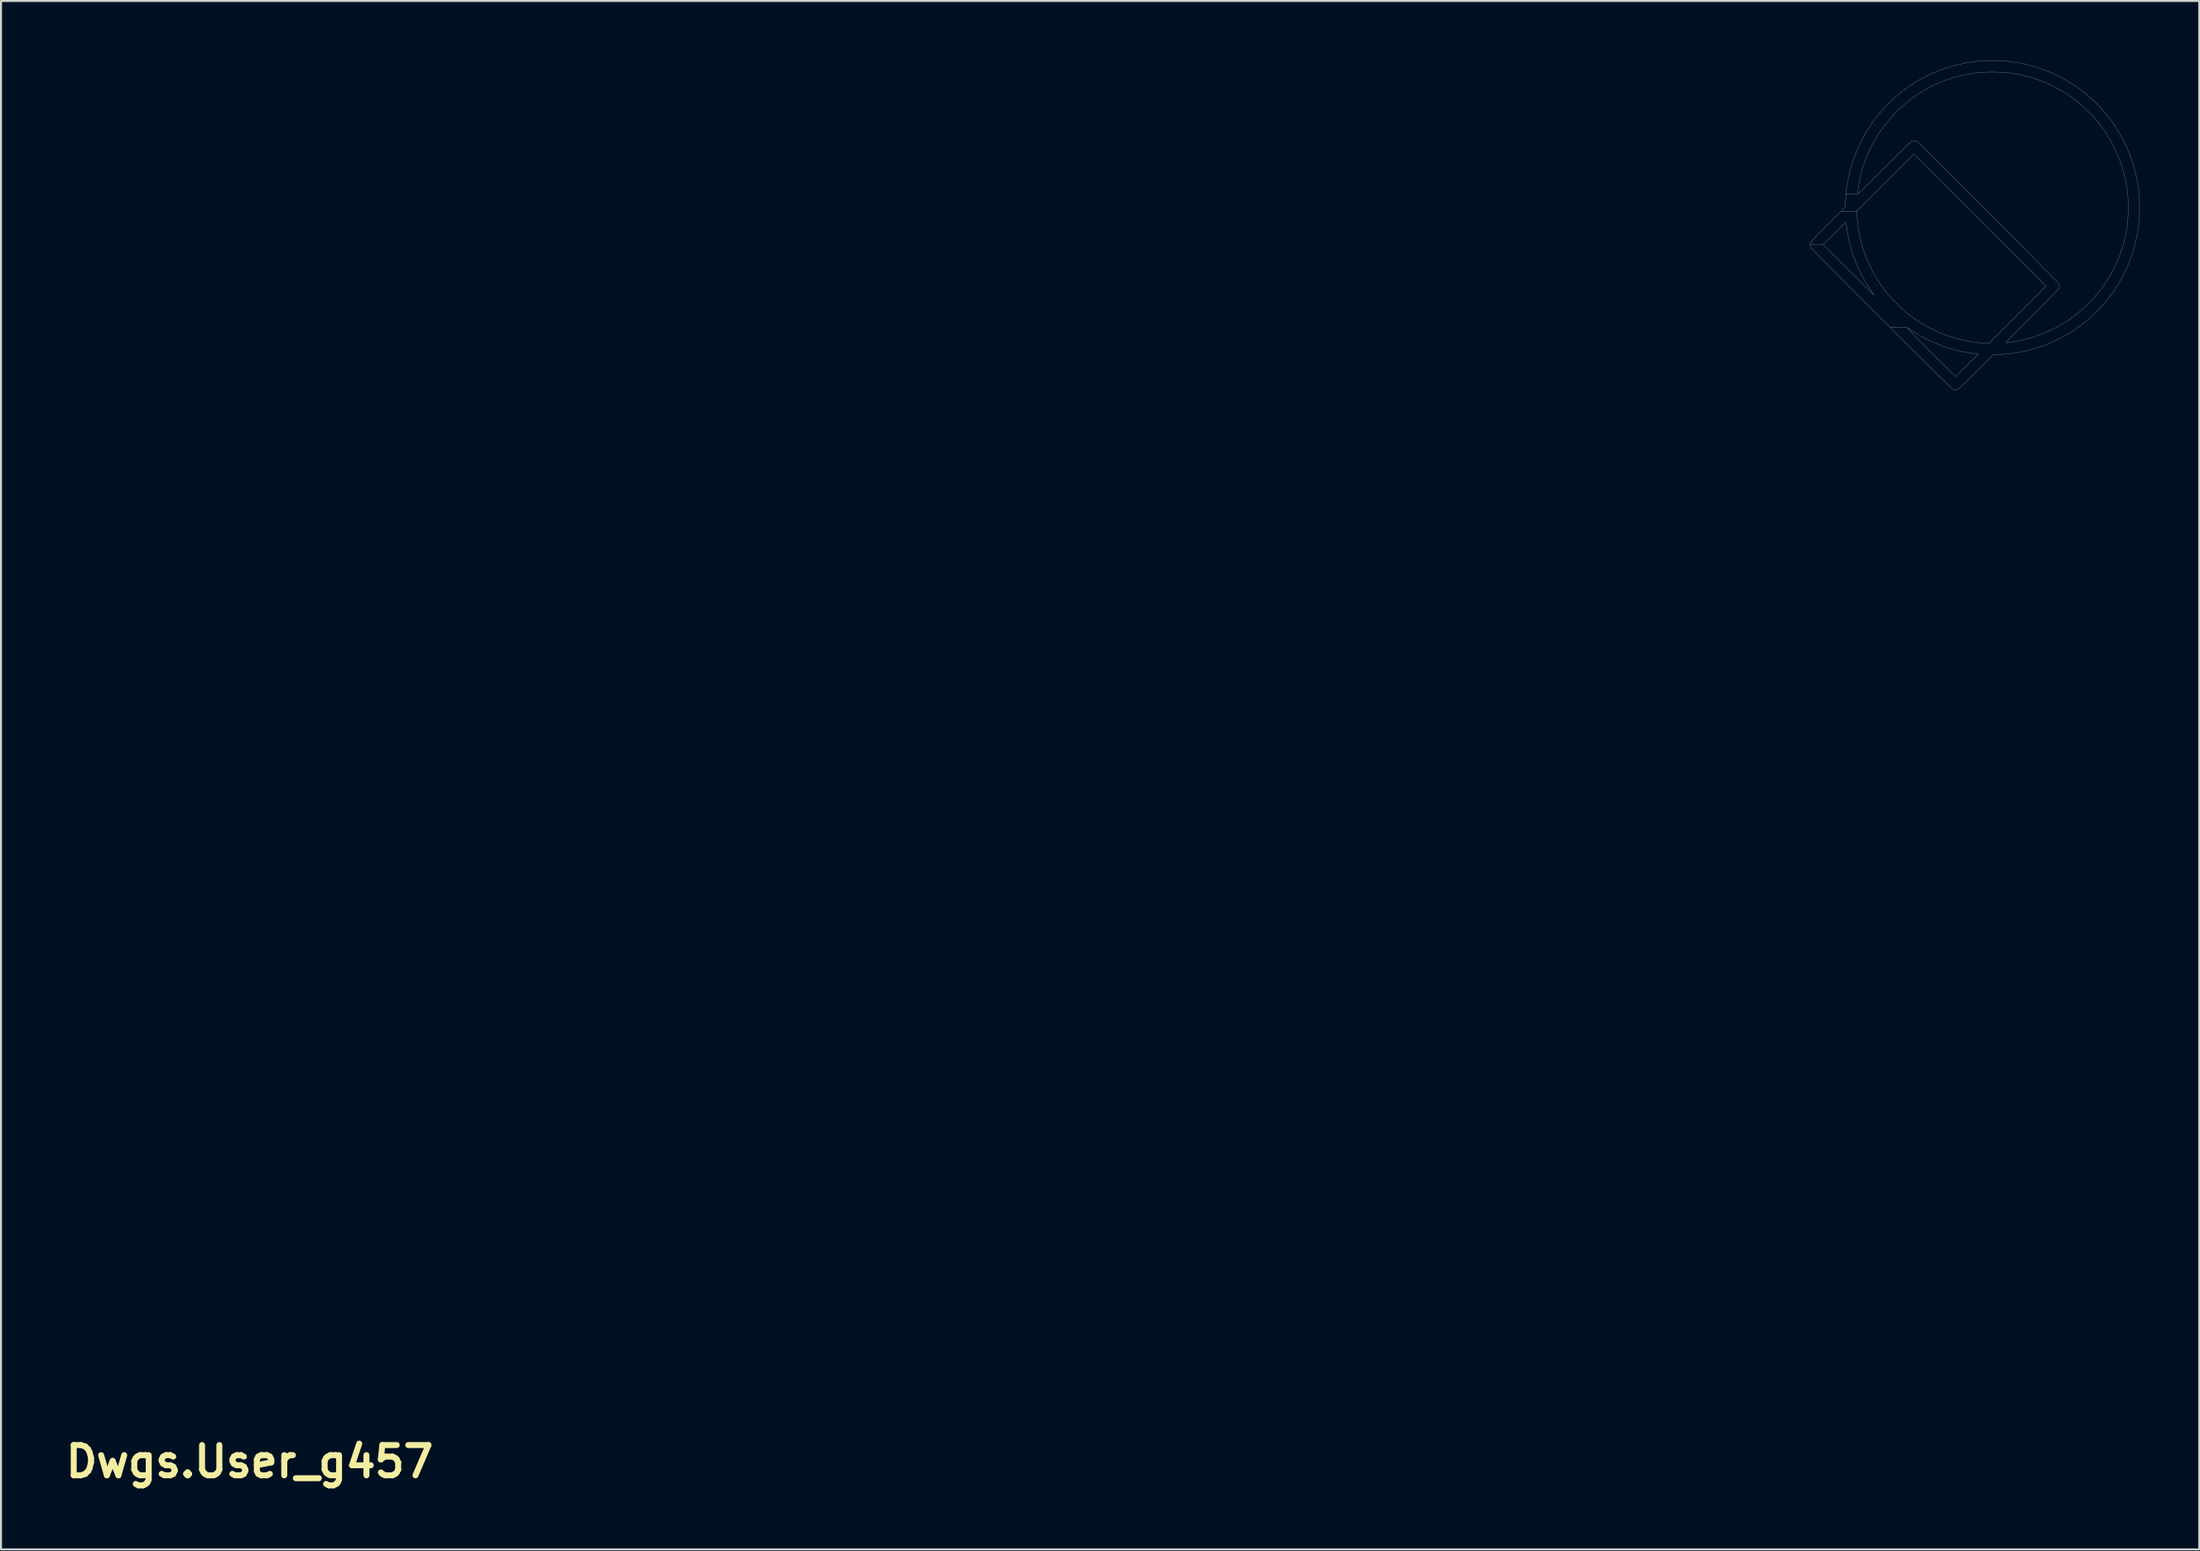
<source format=kicad_pcb>
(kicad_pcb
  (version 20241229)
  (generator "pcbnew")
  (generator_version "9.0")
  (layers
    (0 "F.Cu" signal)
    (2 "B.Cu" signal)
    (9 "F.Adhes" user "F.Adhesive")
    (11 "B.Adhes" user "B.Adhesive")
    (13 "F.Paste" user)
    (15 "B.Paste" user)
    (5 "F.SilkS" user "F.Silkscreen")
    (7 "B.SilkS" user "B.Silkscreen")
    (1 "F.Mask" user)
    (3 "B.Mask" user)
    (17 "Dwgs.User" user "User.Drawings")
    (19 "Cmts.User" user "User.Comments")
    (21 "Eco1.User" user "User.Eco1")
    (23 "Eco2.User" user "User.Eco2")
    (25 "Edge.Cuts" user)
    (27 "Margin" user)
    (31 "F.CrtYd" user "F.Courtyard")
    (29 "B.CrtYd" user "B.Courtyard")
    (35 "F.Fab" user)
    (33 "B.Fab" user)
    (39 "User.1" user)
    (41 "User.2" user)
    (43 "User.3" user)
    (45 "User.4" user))
  (footprint "Dwgs.User_g457"
    (layer "F.Cu")
    (at 9.514 70.541)
    (property "Reference" "Dwgs.User_g457" (at 0 0 0) (layer "F.SilkS") (effects (font (size 1.524 1.524) (thickness 0.3))))
    (attr through_hole)
    (fp_poly (pts (xy 88.045 -70.532) (xy 88.345 -70.517) (xy 88.626 -70.492) (xy 88.899 -70.454) (xy 89.176 -70.402) (xy 89.469 -70.335) (xy 89.546 -70.316) (xy 90.084 -70.157) (xy 90.605 -69.96) (xy 91.107 -69.726) (xy 91.588 -69.456) (xy 92.047 -69.151) (xy 92.481 -68.812) (xy 92.891 -68.44) (xy 93.152 -68.171) (xy 93.519 -67.742) (xy 93.849 -67.294) (xy 94.142 -66.828) (xy 94.396 -66.343) (xy 94.614 -65.838) (xy 94.794 -65.313) (xy 94.938 -64.767) (xy 95.045 -64.2) (xy 95.085 -63.913) (xy 95.094 -63.806) (xy 95.101 -63.665) (xy 95.107 -63.499) (xy 95.109 -63.316) (xy 95.11 -63.124) (xy 95.109 -62.933) (xy 95.105 -62.751) (xy 95.1 -62.585) (xy 95.092 -62.446) (xy 95.084 -62.357) (xy 95 -61.802) (xy 94.878 -61.257) (xy 94.718 -60.727) (xy 94.521 -60.213) (xy 94.288 -59.718) (xy 94.02 -59.245) (xy 93.746 -58.833) (xy 93.403 -58.392) (xy 93.032 -57.981) (xy 92.635 -57.601) (xy 92.212 -57.252) (xy 91.768 -56.937) (xy 91.302 -56.656) (xy 90.818 -56.411) (xy 90.318 -56.201) (xy 89.802 -56.029) (xy 89.274 -55.895) (xy 88.735 -55.801) (xy 88.187 -55.747) (xy 88.053 -55.74) (xy 87.746 -55.727) (xy 86.879 -54.864) (xy 86.719 -54.705) (xy 86.567 -54.555) (xy 86.426 -54.417) (xy 86.298 -54.292) (xy 86.187 -54.185) (xy 86.095 -54.097) (xy 86.026 -54.031) (xy 85.981 -53.99) (xy 85.965 -53.977) (xy 85.893 -53.958) (xy 85.805 -53.959) (xy 85.725 -53.977) (xy 85.705 -53.994) (xy 85.656 -54.04) (xy 85.581 -54.112) (xy 85.481 -54.209) (xy 85.357 -54.33) (xy 85.211 -54.473) (xy 85.046 -54.637) (xy 84.861 -54.819) (xy 84.66 -55.018) (xy 84.443 -55.234) (xy 84.212 -55.463) (xy 83.969 -55.704) (xy 83.715 -55.957) (xy 83.452 -56.218) (xy 83.182 -56.487) (xy 82.906 -56.763) (xy 82.626 -57.042) (xy 82.567 -57.101) (xy 83.41 -57.101) (xy 83.412 -57.092) (xy 83.436 -57.062) (xy 83.482 -57.01) (xy 83.553 -56.935) (xy 83.648 -56.836) (xy 83.769 -56.712) (xy 83.916 -56.563) (xy 84.09 -56.387) (xy 84.293 -56.183) (xy 84.524 -55.95) (xy 84.561 -55.914) (xy 84.754 -55.721) (xy 84.938 -55.536) (xy 85.112 -55.363) (xy 85.273 -55.203) (xy 85.418 -55.058) (xy 85.547 -54.93) (xy 85.655 -54.823) (xy 85.742 -54.737) (xy 85.806 -54.675) (xy 85.843 -54.639) (xy 85.852 -54.631) (xy 85.869 -54.646) (xy 85.912 -54.687) (xy 85.979 -54.752) (xy 86.065 -54.836) (xy 86.169 -54.938) (xy 86.285 -55.054) (xy 86.411 -55.18) (xy 86.431 -55.2) (xy 86.999 -55.768) (xy 86.833 -55.783) (xy 86.712 -55.797) (xy 86.562 -55.82) (xy 86.394 -55.849) (xy 86.22 -55.882) (xy 86.051 -55.917) (xy 85.899 -55.953) (xy 85.884 -55.957) (xy 85.439 -56.086) (xy 84.991 -56.248) (xy 84.549 -56.44) (xy 84.122 -56.657) (xy 83.719 -56.894) (xy 83.428 -57.09) (xy 83.41 -57.101) (xy 82.567 -57.101) (xy 82.343 -57.325) (xy 82.059 -57.609) (xy 81.775 -57.892) (xy 81.494 -58.173) (xy 81.217 -58.451) (xy 80.944 -58.724) (xy 80.679 -58.99) (xy 80.422 -59.247) (xy 80.176 -59.495) (xy 79.941 -59.731) (xy 79.72 -59.954) (xy 79.513 -60.162) (xy 79.324 -60.354) (xy 79.152 -60.527) (xy 79 -60.681) (xy 78.869 -60.815) (xy 78.762 -60.925) (xy 78.679 -61.011) (xy 78.622 -61.071) (xy 78.593 -61.103) (xy 78.59 -61.107) (xy 78.542 -61.202) (xy 78.532 -61.277) (xy 79.195 -61.277) (xy 80.465 -60.007) (xy 80.657 -59.815) (xy 80.841 -59.632) (xy 81.013 -59.46) (xy 81.173 -59.301) (xy 81.317 -59.157) (xy 81.444 -59.031) (xy 81.551 -58.924) (xy 81.636 -58.84) (xy 81.697 -58.779) (xy 81.733 -58.745) (xy 81.74 -58.737) (xy 81.731 -58.754) (xy 81.703 -58.798) (xy 81.659 -58.863) (xy 81.61 -58.933) (xy 81.326 -59.38) (xy 81.073 -59.85) (xy 80.854 -60.338) (xy 80.669 -60.839) (xy 80.522 -61.348) (xy 80.414 -61.861) (xy 80.363 -62.208) (xy 80.338 -62.421) (xy 79.767 -61.849) (xy 79.195 -61.277) (xy 78.532 -61.277) (xy 78.53 -61.29) (xy 78.55 -61.377) (xy 78.569 -61.402) (xy 78.615 -61.455) (xy 78.686 -61.532) (xy 78.778 -61.63) (xy 78.889 -61.746) (xy 79.017 -61.878) (xy 79.158 -62.022) (xy 79.311 -62.177) (xy 79.437 -62.304) (xy 80.091 -62.96) (xy 80.875 -62.96) (xy 80.888 -62.727) (xy 80.94 -62.199) (xy 81.034 -61.677) (xy 81.167 -61.165) (xy 81.341 -60.665) (xy 81.553 -60.178) (xy 81.802 -59.707) (xy 82.089 -59.254) (xy 82.377 -58.864) (xy 82.464 -58.761) (xy 82.576 -58.637) (xy 82.706 -58.499) (xy 82.847 -58.355) (xy 82.993 -58.21) (xy 83.135 -58.073) (xy 83.268 -57.95) (xy 83.384 -57.848) (xy 83.439 -57.803) (xy 83.879 -57.48) (xy 84.335 -57.195) (xy 84.808 -56.949) (xy 85.299 -56.742) (xy 85.808 -56.573) (xy 86.328 -56.444) (xy 86.531 -56.405) (xy 86.749 -56.371) (xy 86.97 -56.342) (xy 87.181 -56.321) (xy 87.367 -56.308) (xy 87.408 -56.307) (xy 87.535 -56.303) (xy 88.974 -57.743) (xy 90.413 -59.182) (xy 83.757 -65.839) (xy 82.316 -64.4) (xy 80.875 -62.96) (xy 80.091 -62.96) (xy 80.302 -63.172) (xy 80.314 -63.479) (xy 80.343 -63.839) (xy 80.91 -63.839) (xy 80.91 -63.829) (xy 80.917 -63.825) (xy 80.93 -63.83) (xy 80.952 -63.846) (xy 80.986 -63.873) (xy 81.032 -63.914) (xy 81.092 -63.97) (xy 81.169 -64.043) (xy 81.263 -64.134) (xy 81.377 -64.246) (xy 81.512 -64.38) (xy 81.671 -64.537) (xy 81.854 -64.72) (xy 82.065 -64.929) (xy 82.26 -65.124) (xy 82.526 -65.389) (xy 82.762 -65.625) (xy 82.971 -65.831) (xy 83.152 -66.008) (xy 83.305 -66.157) (xy 83.431 -66.278) (xy 83.531 -66.373) (xy 83.605 -66.44) (xy 83.654 -66.481) (xy 83.678 -66.496) (xy 83.786 -66.502) (xy 83.894 -66.468) (xy 83.964 -66.424) (xy 83.992 -66.398) (xy 84.048 -66.344) (xy 84.131 -66.264) (xy 84.238 -66.159) (xy 84.367 -66.031) (xy 84.518 -65.881) (xy 84.689 -65.712) (xy 84.878 -65.524) (xy 85.083 -65.319) (xy 85.303 -65.099) (xy 85.537 -64.866) (xy 85.782 -64.621) (xy 86.038 -64.365) (xy 86.302 -64.101) (xy 86.573 -63.83) (xy 86.849 -63.553) (xy 87.129 -63.272) (xy 87.411 -62.989) (xy 87.694 -62.706) (xy 87.975 -62.423) (xy 88.254 -62.142) (xy 88.529 -61.866) (xy 88.798 -61.596) (xy 89.06 -61.332) (xy 89.312 -61.078) (xy 89.554 -60.834) (xy 89.784 -60.602) (xy 89.999 -60.384) (xy 90.2 -60.181) (xy 90.383 -59.996) (xy 90.548 -59.828) (xy 90.693 -59.681) (xy 90.816 -59.556) (xy 90.915 -59.454) (xy 90.99 -59.376) (xy 91.038 -59.326) (xy 91.058 -59.303) (xy 91.058 -59.302) (xy 91.078 -59.209) (xy 91.073 -59.117) (xy 91.057 -59.069) (xy 91.039 -59.048) (xy 90.993 -58.999) (xy 90.921 -58.924) (xy 90.826 -58.826) (xy 90.71 -58.707) (xy 90.575 -58.569) (xy 90.422 -58.414) (xy 90.255 -58.245) (xy 90.075 -58.063) (xy 89.885 -57.872) (xy 89.686 -57.673) (xy 89.454 -57.44) (xy 89.25 -57.235) (xy 89.073 -57.057) (xy 88.921 -56.903) (xy 88.792 -56.772) (xy 88.685 -56.662) (xy 88.597 -56.572) (xy 88.528 -56.499) (xy 88.476 -56.442) (xy 88.438 -56.399) (xy 88.414 -56.368) (xy 88.402 -56.348) (xy 88.399 -56.337) (xy 88.405 -56.333) (xy 88.413 -56.333) (xy 88.465 -56.341) (xy 88.546 -56.353) (xy 88.644 -56.367) (xy 88.72 -56.378) (xy 89.198 -56.465) (xy 89.677 -56.591) (xy 90.152 -56.754) (xy 90.617 -56.952) (xy 91.064 -57.181) (xy 91.489 -57.44) (xy 91.585 -57.505) (xy 92.009 -57.823) (xy 92.406 -58.172) (xy 92.774 -58.548) (xy 93.112 -58.951) (xy 93.418 -59.377) (xy 93.69 -59.824) (xy 93.927 -60.29) (xy 94.128 -60.772) (xy 94.29 -61.268) (xy 94.41 -61.764) (xy 94.45 -61.973) (xy 94.481 -62.159) (xy 94.505 -62.334) (xy 94.521 -62.509) (xy 94.532 -62.693) (xy 94.537 -62.898) (xy 94.539 -63.135) (xy 94.539 -63.14) (xy 94.538 -63.37) (xy 94.533 -63.569) (xy 94.523 -63.746) (xy 94.508 -63.913) (xy 94.487 -64.08) (xy 94.458 -64.257) (xy 94.421 -64.456) (xy 94.412 -64.504) (xy 94.291 -65) (xy 94.131 -65.49) (xy 93.932 -65.971) (xy 93.696 -66.438) (xy 93.425 -66.889) (xy 93.121 -67.317) (xy 93.036 -67.426) (xy 92.961 -67.516) (xy 92.865 -67.625) (xy 92.754 -67.745) (xy 92.638 -67.868) (xy 92.526 -67.982) (xy 92.521 -67.987) (xy 92.123 -68.355) (xy 91.704 -68.686) (xy 91.264 -68.98) (xy 90.803 -69.237) (xy 90.322 -69.457) (xy 89.821 -69.641) (xy 89.299 -69.787) (xy 88.757 -69.896) (xy 88.551 -69.927) (xy 88.4 -69.943) (xy 88.217 -69.955) (xy 88.012 -69.962) (xy 87.794 -69.966) (xy 87.573 -69.966) (xy 87.359 -69.961) (xy 87.16 -69.952) (xy 86.988 -69.939) (xy 86.889 -69.928) (xy 86.338 -69.833) (xy 85.809 -69.702) (xy 85.302 -69.536) (xy 84.817 -69.333) (xy 84.351 -69.093) (xy 83.906 -68.816) (xy 83.48 -68.503) (xy 83.072 -68.151) (xy 82.955 -68.04) (xy 82.602 -67.674) (xy 82.285 -67.292) (xy 82 -66.89) (xy 81.743 -66.46) (xy 81.564 -66.114) (xy 81.431 -65.829) (xy 81.317 -65.555) (xy 81.22 -65.285) (xy 81.136 -65.01) (xy 81.063 -64.723) (xy 81 -64.415) (xy 80.944 -64.079) (xy 80.91 -63.839) (xy 80.343 -63.839) (xy 80.358 -64.026) (xy 80.441 -64.564) (xy 80.566 -65.093) (xy 80.731 -65.615) (xy 80.939 -66.133) (xy 81.068 -66.41) (xy 81.329 -66.897) (xy 81.624 -67.36) (xy 81.951 -67.797) (xy 82.308 -68.207) (xy 82.693 -68.589) (xy 83.104 -68.941) (xy 83.54 -69.262) (xy 83.998 -69.551) (xy 84.477 -69.805) (xy 84.974 -70.024) (xy 85.489 -70.207) (xy 86.018 -70.351) (xy 86.469 -70.441) (xy 86.654 -70.471) (xy 86.817 -70.494) (xy 86.969 -70.511) (xy 87.12 -70.523) (xy 87.281 -70.53) (xy 87.461 -70.535) (xy 87.672 -70.536) (xy 87.715 -70.536) (xy 88.045 -70.532)) (stroke (width 0.01) (type solid)) (fill no) (layer "Dwgs.User")))
  (gr_rect
    (start -3 -3)
    (end 107.629 74.959)
    (stroke (width 0.1) (type default))
    (fill no)
    (layer "Edge.Cuts")))
</source>
